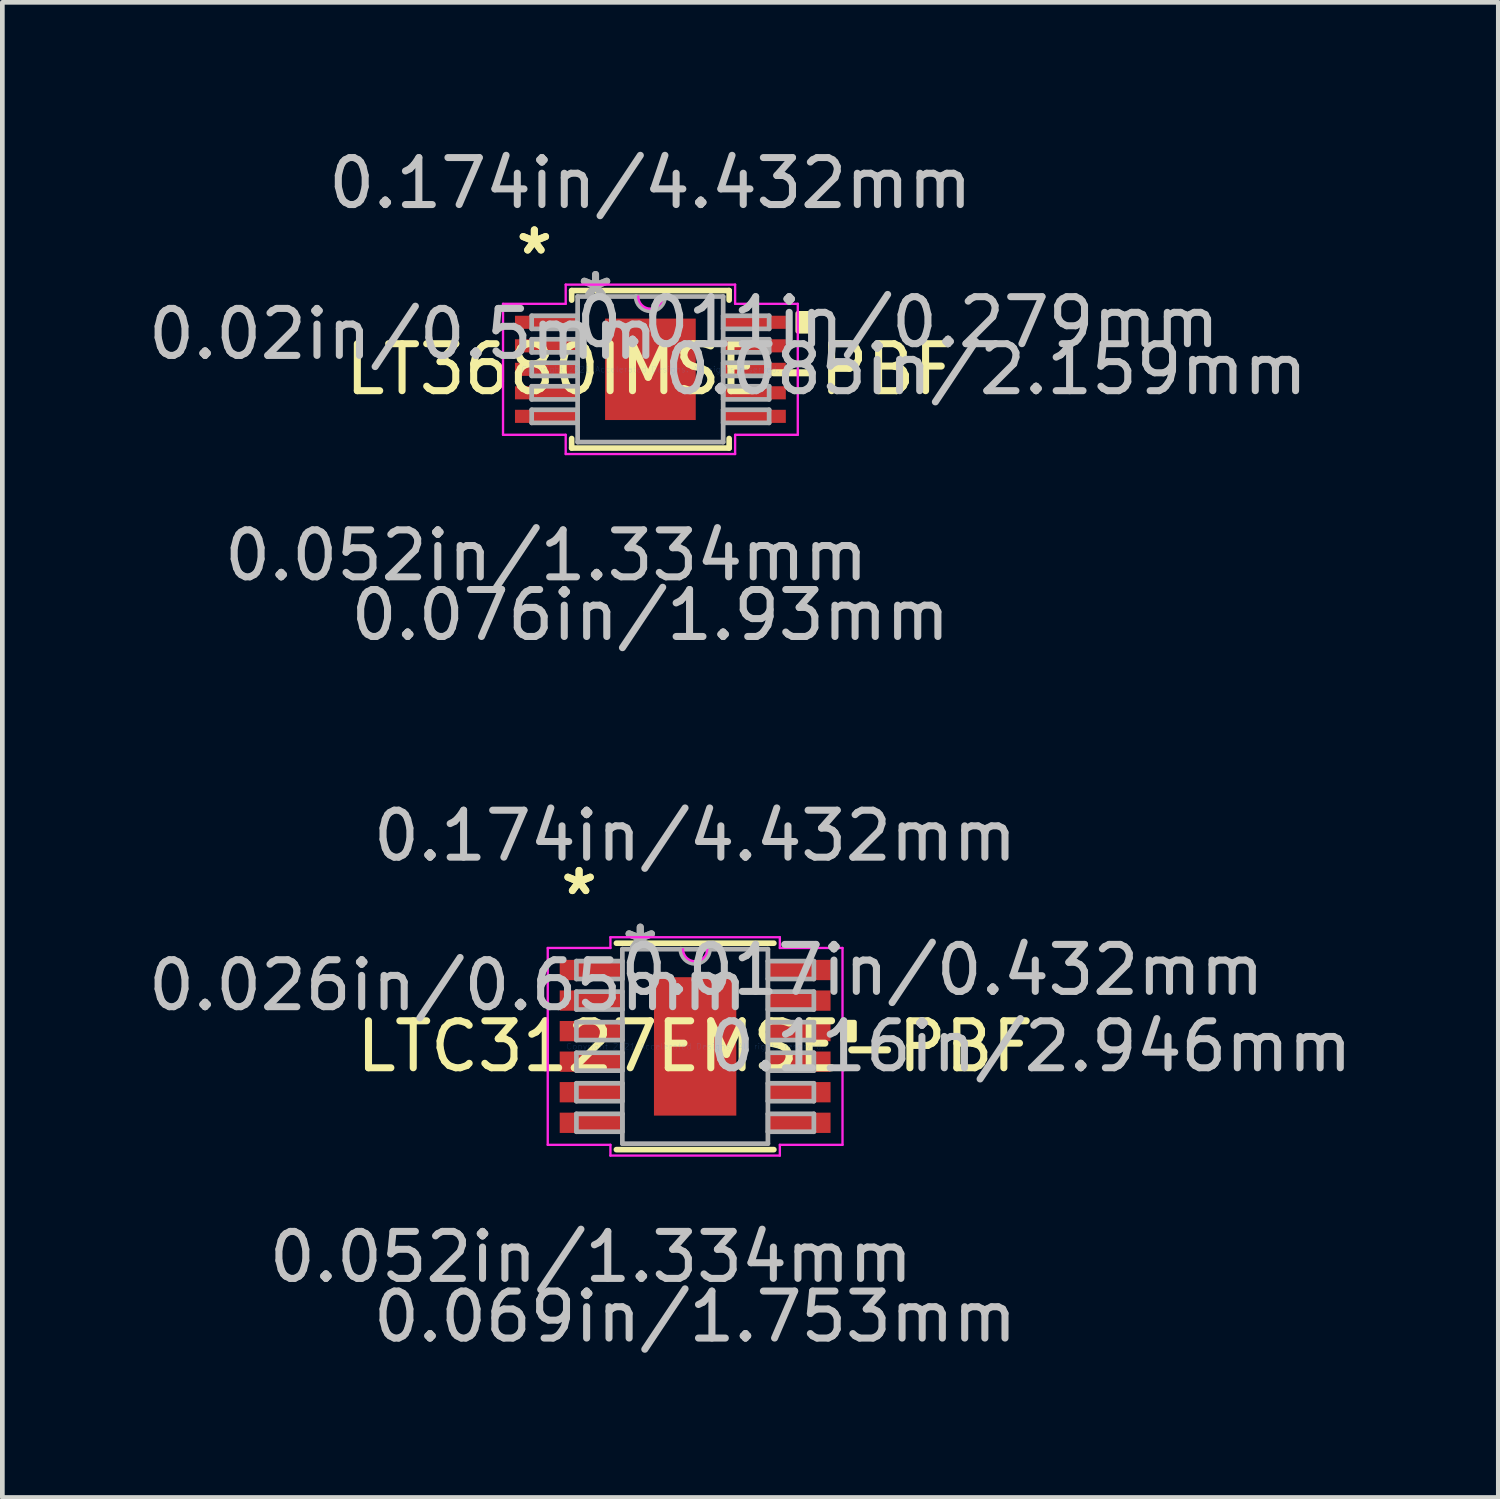
<source format=kicad_pcb>
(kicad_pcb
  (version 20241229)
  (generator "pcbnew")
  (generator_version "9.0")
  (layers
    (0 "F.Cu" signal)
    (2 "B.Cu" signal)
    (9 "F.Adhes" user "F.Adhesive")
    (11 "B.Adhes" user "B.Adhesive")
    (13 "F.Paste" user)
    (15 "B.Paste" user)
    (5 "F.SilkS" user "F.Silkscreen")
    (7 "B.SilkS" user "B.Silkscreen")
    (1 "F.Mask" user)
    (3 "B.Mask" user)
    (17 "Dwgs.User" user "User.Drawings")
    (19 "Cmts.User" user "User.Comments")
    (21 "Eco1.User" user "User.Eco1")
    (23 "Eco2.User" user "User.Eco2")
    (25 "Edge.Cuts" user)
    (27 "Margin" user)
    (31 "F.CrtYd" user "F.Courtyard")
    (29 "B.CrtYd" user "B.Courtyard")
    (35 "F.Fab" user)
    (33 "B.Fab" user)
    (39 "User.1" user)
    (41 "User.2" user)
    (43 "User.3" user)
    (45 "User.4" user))
  (footprint "LTC3127EMSE-PBF"
    (layer "F.Cu")
    (at 11.746 19.223)
    (property "Reference" "LTC3127EMSE-PBF" (at 0 0 0) (layer "F.SilkS") (effects (font (size 1 1) (thickness 0.15))))
    (attr through_hole)
    (fp_line (start -1.676 2.197) (end 1.676 2.197) (stroke (width 0.12) (type solid)) (layer "F.SilkS"))
    (fp_line (start 1.676 -2.197) (end -1.676 -2.197) (stroke (width 0.12) (type solid)) (layer "F.SilkS"))
    (fp_poly (pts (xy 3.391 -0.516) (xy 3.391 -0.135) (xy 3.137 -0.135) (xy 3.137 -0.516)) (stroke (width 0.1) (type solid)) (fill yes) (layer "F.SilkS"))
    (fp_poly (pts (xy -0.776 -1.373) (xy -0.776 -0.1) (xy 0.776 -0.1) (xy 0.776 -1.373)) (stroke (width 0.1) (type solid)) (fill yes) (layer "F.Paste"))
    (fp_poly (pts (xy -0.776 0.1) (xy -0.776 1.373) (xy 0.776 1.373) (xy 0.776 0.1)) (stroke (width 0.1) (type solid)) (fill yes) (layer "F.Paste"))
    (fp_line (start -3.137 -2.095) (end -1.803 -2.095) (stroke (width 0.05) (type solid)) (layer "F.CrtYd"))
    (fp_line (start -3.137 2.095) (end -3.137 -2.095) (stroke (width 0.05) (type solid)) (layer "F.CrtYd"))
    (fp_line (start -1.803 -2.324) (end 1.803 -2.324) (stroke (width 0.05) (type solid)) (layer "F.CrtYd"))
    (fp_line (start -1.803 -2.095) (end -1.803 -2.324) (stroke (width 0.05) (type solid)) (layer "F.CrtYd"))
    (fp_line (start -1.803 2.095) (end -3.137 2.095) (stroke (width 0.05) (type solid)) (layer "F.CrtYd"))
    (fp_line (start -1.803 2.324) (end -1.803 2.095) (stroke (width 0.05) (type solid)) (layer "F.CrtYd"))
    (fp_line (start 1.803 -2.324) (end 1.803 -2.095) (stroke (width 0.05) (type solid)) (layer "F.CrtYd"))
    (fp_line (start 1.803 -2.095) (end 3.137 -2.095) (stroke (width 0.05) (type solid)) (layer "F.CrtYd"))
    (fp_line (start 1.803 2.095) (end 1.803 2.324) (stroke (width 0.05) (type solid)) (layer "F.CrtYd"))
    (fp_line (start 1.803 2.324) (end -1.803 2.324) (stroke (width 0.05) (type solid)) (layer "F.CrtYd"))
    (fp_line (start 3.137 -2.095) (end 3.137 2.095) (stroke (width 0.05) (type solid)) (layer "F.CrtYd"))
    (fp_line (start 3.137 2.095) (end 1.803 2.095) (stroke (width 0.05) (type solid)) (layer "F.CrtYd"))
    (fp_arc (start 0.258233 -2.0701) (mid 0 -1.811867) (end -0.258233 -2.0701) (stroke (width 0.05) (type solid)) (layer "F.CrtYd"))
    (fp_line (start -2.527 -1.816) (end -2.527 -1.435) (stroke (width 0.1) (type solid)) (layer "F.Fab"))
    (fp_line (start -2.527 -1.435) (end -1.549 -1.435) (stroke (width 0.1) (type solid)) (layer "F.Fab"))
    (fp_line (start -2.527 -1.166) (end -2.527 -0.785) (stroke (width 0.1) (type solid)) (layer "F.Fab"))
    (fp_line (start -2.527 -0.785) (end -1.549 -0.785) (stroke (width 0.1) (type solid)) (layer "F.Fab"))
    (fp_line (start -2.527 -0.516) (end -2.527 -0.135) (stroke (width 0.1) (type solid)) (layer "F.Fab"))
    (fp_line (start -2.527 -0.135) (end -1.549 -0.135) (stroke (width 0.1) (type solid)) (layer "F.Fab"))
    (fp_line (start -2.527 0.135) (end -2.527 0.516) (stroke (width 0.1) (type solid)) (layer "F.Fab"))
    (fp_line (start -2.527 0.516) (end -1.549 0.516) (stroke (width 0.1) (type solid)) (layer "F.Fab"))
    (fp_line (start -2.527 0.785) (end -2.527 1.166) (stroke (width 0.1) (type solid)) (layer "F.Fab"))
    (fp_line (start -2.527 1.166) (end -1.549 1.166) (stroke (width 0.1) (type solid)) (layer "F.Fab"))
    (fp_line (start -2.527 1.435) (end -2.527 1.816) (stroke (width 0.1) (type solid)) (layer "F.Fab"))
    (fp_line (start -2.527 1.816) (end -1.549 1.816) (stroke (width 0.1) (type solid)) (layer "F.Fab"))
    (fp_line (start -1.549 -2.07) (end -1.549 2.07) (stroke (width 0.1) (type solid)) (layer "F.Fab"))
    (fp_line (start -1.549 -1.816) (end -2.527 -1.816) (stroke (width 0.1) (type solid)) (layer "F.Fab"))
    (fp_line (start -1.549 -1.435) (end -1.549 -1.816) (stroke (width 0.1) (type solid)) (layer "F.Fab"))
    (fp_line (start -1.549 -1.166) (end -2.527 -1.166) (stroke (width 0.1) (type solid)) (layer "F.Fab"))
    (fp_line (start -1.549 -0.785) (end -1.549 -1.166) (stroke (width 0.1) (type solid)) (layer "F.Fab"))
    (fp_line (start -1.549 -0.516) (end -2.527 -0.516) (stroke (width 0.1) (type solid)) (layer "F.Fab"))
    (fp_line (start -1.549 -0.135) (end -1.549 -0.516) (stroke (width 0.1) (type solid)) (layer "F.Fab"))
    (fp_line (start -1.549 0.135) (end -2.527 0.135) (stroke (width 0.1) (type solid)) (layer "F.Fab"))
    (fp_line (start -1.549 0.516) (end -1.549 0.135) (stroke (width 0.1) (type solid)) (layer "F.Fab"))
    (fp_line (start -1.549 0.785) (end -2.527 0.785) (stroke (width 0.1) (type solid)) (layer "F.Fab"))
    (fp_line (start -1.549 1.166) (end -1.549 0.785) (stroke (width 0.1) (type solid)) (layer "F.Fab"))
    (fp_line (start -1.549 1.435) (end -2.527 1.435) (stroke (width 0.1) (type solid)) (layer "F.Fab"))
    (fp_line (start -1.549 1.816) (end -1.549 1.435) (stroke (width 0.1) (type solid)) (layer "F.Fab"))
    (fp_line (start -1.549 2.07) (end 1.549 2.07) (stroke (width 0.1) (type solid)) (layer "F.Fab"))
    (fp_line (start 1.549 -2.07) (end -1.549 -2.07) (stroke (width 0.1) (type solid)) (layer "F.Fab"))
    (fp_line (start 1.549 -1.816) (end 1.549 -1.435) (stroke (width 0.1) (type solid)) (layer "F.Fab"))
    (fp_line (start 1.549 -1.435) (end 2.527 -1.435) (stroke (width 0.1) (type solid)) (layer "F.Fab"))
    (fp_line (start 1.549 -1.166) (end 1.549 -0.785) (stroke (width 0.1) (type solid)) (layer "F.Fab"))
    (fp_line (start 1.549 -0.785) (end 2.527 -0.785) (stroke (width 0.1) (type solid)) (layer "F.Fab"))
    (fp_line (start 1.549 -0.516) (end 1.549 -0.135) (stroke (width 0.1) (type solid)) (layer "F.Fab"))
    (fp_line (start 1.549 -0.135) (end 2.527 -0.135) (stroke (width 0.1) (type solid)) (layer "F.Fab"))
    (fp_line (start 1.549 0.135) (end 1.549 0.516) (stroke (width 0.1) (type solid)) (layer "F.Fab"))
    (fp_line (start 1.549 0.516) (end 2.527 0.516) (stroke (width 0.1) (type solid)) (layer "F.Fab"))
    (fp_line (start 1.549 0.785) (end 1.549 1.166) (stroke (width 0.1) (type solid)) (layer "F.Fab"))
    (fp_line (start 1.549 1.166) (end 2.527 1.166) (stroke (width 0.1) (type solid)) (layer "F.Fab"))
    (fp_line (start 1.549 1.435) (end 1.549 1.816) (stroke (width 0.1) (type solid)) (layer "F.Fab"))
    (fp_line (start 1.549 1.816) (end 2.527 1.816) (stroke (width 0.1) (type solid)) (layer "F.Fab"))
    (fp_line (start 1.549 2.07) (end 1.549 -2.07) (stroke (width 0.1) (type solid)) (layer "F.Fab"))
    (fp_line (start 2.527 -1.816) (end 1.549 -1.816) (stroke (width 0.1) (type solid)) (layer "F.Fab"))
    (fp_line (start 2.527 -1.435) (end 2.527 -1.816) (stroke (width 0.1) (type solid)) (layer "F.Fab"))
    (fp_line (start 2.527 -1.166) (end 1.549 -1.166) (stroke (width 0.1) (type solid)) (layer "F.Fab"))
    (fp_line (start 2.527 -0.785) (end 2.527 -1.166) (stroke (width 0.1) (type solid)) (layer "F.Fab"))
    (fp_line (start 2.527 -0.516) (end 1.549 -0.516) (stroke (width 0.1) (type solid)) (layer "F.Fab"))
    (fp_line (start 2.527 -0.135) (end 2.527 -0.516) (stroke (width 0.1) (type solid)) (layer "F.Fab"))
    (fp_line (start 2.527 0.135) (end 1.549 0.135) (stroke (width 0.1) (type solid)) (layer "F.Fab"))
    (fp_line (start 2.527 0.516) (end 2.527 0.135) (stroke (width 0.1) (type solid)) (layer "F.Fab"))
    (fp_line (start 2.527 0.785) (end 1.549 0.785) (stroke (width 0.1) (type solid)) (layer "F.Fab"))
    (fp_line (start 2.527 1.166) (end 2.527 0.785) (stroke (width 0.1) (type solid)) (layer "F.Fab"))
    (fp_line (start 2.527 1.435) (end 1.549 1.435) (stroke (width 0.1) (type solid)) (layer "F.Fab"))
    (fp_line (start 2.527 1.816) (end 2.527 1.435) (stroke (width 0.1) (type solid)) (layer "F.Fab"))
    (fp_arc (start 0.3048 -2.0701) (mid 0 -1.7653) (end -0.3048 -2.0701) (stroke (width 0.1) (type solid)) (layer "F.Fab"))
    (fp_text user "*" (at -2.47 -3.2 0) (layer "F.SilkS") (effects (font (size 1 1) (thickness 0.15))))
    (fp_text user "*" (at -2.47 -3.2 0) (layer "F.SilkS") (effects (font (size 1 1) (thickness 0.15))))
    (fp_text user "0.174in/4.432mm" (at 0 -4.483 0) (layer "Dwgs.User") (effects (font (size 1 1) (thickness 0.15))))
    (fp_text user "0.116in/2.946mm" (at 7.137 0 0) (layer "Dwgs.User") (effects (font (size 1 1) (thickness 0.15))))
    (fp_text user "0.026in/0.65mm" (at -5.264 -1.3 0) (layer "Dwgs.User") (effects (font (size 1 1) (thickness 0.15))))
    (fp_text user "0.017in/0.432mm" (at 5.264 -1.626 0) (layer "Dwgs.User") (effects (font (size 1 1) (thickness 0.15))))
    (fp_text user "0.052in/1.334mm" (at -2.216 4.483 0) (layer "Dwgs.User") (effects (font (size 1 1) (thickness 0.15))))
    (fp_text user "0.069in/1.753mm" (at 0 5.753 0) (layer "Dwgs.User") (effects (font (size 1 1) (thickness 0.15))))
    (fp_text user "Copyright 2021 Accelerated Designs. All rights reserved." (at 0 0 0) (layer "Cmts.User") (effects (font (size 0.127 0.127) (thickness 0.002))))
    (fp_text user "*" (at -1.168 -1.994 0) (layer "F.Fab") (effects (font (size 1 1) (thickness 0.15))))
    (fp_text user "*" (at -1.168 -1.994 0) (layer "F.Fab") (effects (font (size 1 1) (thickness 0.15))))
    (pad "1" smd rect (at -2.216 -1.626) (size 1.333 0.432) (layers "F.Cu" "F.Mask" "F.Paste"))
    (pad "2" smd rect (at -2.216 -0.975) (size 1.333 0.432) (layers "F.Cu" "F.Mask" "F.Paste"))
    (pad "3" smd rect (at -2.216 -0.325) (size 1.333 0.432) (layers "F.Cu" "F.Mask" "F.Paste"))
    (pad "4" smd rect (at -2.216 0.325) (size 1.333 0.432) (layers "F.Cu" "F.Mask" "F.Paste"))
    (pad "5" smd rect (at -2.216 0.975) (size 1.333 0.432) (layers "F.Cu" "F.Mask" "F.Paste"))
    (pad "6" smd rect (at -2.216 1.626) (size 1.333 0.432) (layers "F.Cu" "F.Mask" "F.Paste"))
    (pad "7" smd rect (at 2.216 1.626) (size 1.333 0.432) (layers "F.Cu" "F.Mask" "F.Paste"))
    (pad "8" smd rect (at 2.216 0.975) (size 1.333 0.432) (layers "F.Cu" "F.Mask" "F.Paste"))
    (pad "9" smd rect (at 2.216 0.325) (size 1.333 0.432) (layers "F.Cu" "F.Mask" "F.Paste"))
    (pad "10" smd rect (at 2.216 -0.325) (size 1.333 0.432) (layers "F.Cu" "F.Mask" "F.Paste"))
    (pad "11" smd rect (at 2.216 -0.975) (size 1.333 0.432) (layers "F.Cu" "F.Mask" "F.Paste"))
    (pad "12" smd rect (at 2.216 -1.626) (size 1.333 0.432) (layers "F.Cu" "F.Mask" "F.Paste"))
    (pad "EPAD" smd rect (at 0 0) (size 1.753 2.946) (layers "F.Cu" "F.Mask" "F.Paste")))
  (footprint "LT3680IMSE-PBF"
    (layer "F.Cu")
    (at 10.794 4.811)
    (property "Reference" "LT3680IMSE-PBF" (at 0 0 0) (layer "F.SilkS") (effects (font (size 1 1) (thickness 0.15))))
    (attr through_hole)
    (fp_line (start -1.676 -1.676) (end -1.676 -1.473) (stroke (width 0.12) (type solid)) (layer "F.SilkS"))
    (fp_line (start -1.676 1.473) (end -1.676 1.676) (stroke (width 0.12) (type solid)) (layer "F.SilkS"))
    (fp_line (start -1.676 1.676) (end 1.676 1.676) (stroke (width 0.12) (type solid)) (layer "F.SilkS"))
    (fp_line (start 1.676 -1.676) (end -1.676 -1.676) (stroke (width 0.12) (type solid)) (layer "F.SilkS"))
    (fp_line (start 1.676 -1.473) (end 1.676 -1.676) (stroke (width 0.12) (type solid)) (layer "F.SilkS"))
    (fp_line (start 1.676 1.676) (end 1.676 1.473) (stroke (width 0.12) (type solid)) (layer "F.SilkS"))
    (fp_poly (pts (xy 3.391 -1.191) (xy 3.391 -0.81) (xy 3.137 -0.81) (xy 3.137 -1.191)) (stroke (width 0.1) (type solid)) (fill yes) (layer "F.SilkS"))
    (fp_line (start -3.137 -1.394) (end -1.803 -1.394) (stroke (width 0.05) (type solid)) (layer "F.CrtYd"))
    (fp_line (start -3.137 1.394) (end -3.137 -1.394) (stroke (width 0.05) (type solid)) (layer "F.CrtYd"))
    (fp_line (start -1.803 -1.803) (end 1.803 -1.803) (stroke (width 0.05) (type solid)) (layer "F.CrtYd"))
    (fp_line (start -1.803 -1.394) (end -1.803 -1.803) (stroke (width 0.05) (type solid)) (layer "F.CrtYd"))
    (fp_line (start -1.803 1.394) (end -3.137 1.394) (stroke (width 0.05) (type solid)) (layer "F.CrtYd"))
    (fp_line (start -1.803 1.803) (end -1.803 1.394) (stroke (width 0.05) (type solid)) (layer "F.CrtYd"))
    (fp_line (start 1.803 -1.803) (end 1.803 -1.394) (stroke (width 0.05) (type solid)) (layer "F.CrtYd"))
    (fp_line (start 1.803 -1.394) (end 3.137 -1.394) (stroke (width 0.05) (type solid)) (layer "F.CrtYd"))
    (fp_line (start 1.803 1.394) (end 1.803 1.803) (stroke (width 0.05) (type solid)) (layer "F.CrtYd"))
    (fp_line (start 1.803 1.803) (end -1.803 1.803) (stroke (width 0.05) (type solid)) (layer "F.CrtYd"))
    (fp_line (start 3.137 -1.394) (end 3.137 1.394) (stroke (width 0.05) (type solid)) (layer "F.CrtYd"))
    (fp_line (start 3.137 1.394) (end 1.803 1.394) (stroke (width 0.05) (type solid)) (layer "F.CrtYd"))
    (fp_arc (start 0.258233 -1.5494) (mid 0 -1.291167) (end -0.258233 -1.5494) (stroke (width 0.05) (type solid)) (layer "F.CrtYd"))
    (fp_line (start -2.527 -1.14) (end -2.527 -0.861) (stroke (width 0.1) (type solid)) (layer "F.Fab"))
    (fp_line (start -2.527 -0.861) (end -1.549 -0.861) (stroke (width 0.1) (type solid)) (layer "F.Fab"))
    (fp_line (start -2.527 -0.64) (end -2.527 -0.361) (stroke (width 0.1) (type solid)) (layer "F.Fab"))
    (fp_line (start -2.527 -0.361) (end -1.549 -0.361) (stroke (width 0.1) (type solid)) (layer "F.Fab"))
    (fp_line (start -2.527 -0.14) (end -2.527 0.14) (stroke (width 0.1) (type solid)) (layer "F.Fab"))
    (fp_line (start -2.527 0.14) (end -1.549 0.14) (stroke (width 0.1) (type solid)) (layer "F.Fab"))
    (fp_line (start -2.527 0.361) (end -2.527 0.64) (stroke (width 0.1) (type solid)) (layer "F.Fab"))
    (fp_line (start -2.527 0.64) (end -1.549 0.64) (stroke (width 0.1) (type solid)) (layer "F.Fab"))
    (fp_line (start -2.527 0.861) (end -2.527 1.14) (stroke (width 0.1) (type solid)) (layer "F.Fab"))
    (fp_line (start -2.527 1.14) (end -1.549 1.14) (stroke (width 0.1) (type solid)) (layer "F.Fab"))
    (fp_line (start -1.549 -1.549) (end -1.549 1.549) (stroke (width 0.1) (type solid)) (layer "F.Fab"))
    (fp_line (start -1.549 -1.14) (end -2.527 -1.14) (stroke (width 0.1) (type solid)) (layer "F.Fab"))
    (fp_line (start -1.549 -0.861) (end -1.549 -1.14) (stroke (width 0.1) (type solid)) (layer "F.Fab"))
    (fp_line (start -1.549 -0.64) (end -2.527 -0.64) (stroke (width 0.1) (type solid)) (layer "F.Fab"))
    (fp_line (start -1.549 -0.361) (end -1.549 -0.64) (stroke (width 0.1) (type solid)) (layer "F.Fab"))
    (fp_line (start -1.549 -0.14) (end -2.527 -0.14) (stroke (width 0.1) (type solid)) (layer "F.Fab"))
    (fp_line (start -1.549 0.14) (end -1.549 -0.14) (stroke (width 0.1) (type solid)) (layer "F.Fab"))
    (fp_line (start -1.549 0.361) (end -2.527 0.361) (stroke (width 0.1) (type solid)) (layer "F.Fab"))
    (fp_line (start -1.549 0.64) (end -1.549 0.361) (stroke (width 0.1) (type solid)) (layer "F.Fab"))
    (fp_line (start -1.549 0.861) (end -2.527 0.861) (stroke (width 0.1) (type solid)) (layer "F.Fab"))
    (fp_line (start -1.549 1.14) (end -1.549 0.861) (stroke (width 0.1) (type solid)) (layer "F.Fab"))
    (fp_line (start -1.549 1.549) (end 1.549 1.549) (stroke (width 0.1) (type solid)) (layer "F.Fab"))
    (fp_line (start 1.549 -1.549) (end -1.549 -1.549) (stroke (width 0.1) (type solid)) (layer "F.Fab"))
    (fp_line (start 1.549 -1.14) (end 1.549 -0.861) (stroke (width 0.1) (type solid)) (layer "F.Fab"))
    (fp_line (start 1.549 -0.861) (end 2.527 -0.861) (stroke (width 0.1) (type solid)) (layer "F.Fab"))
    (fp_line (start 1.549 -0.64) (end 1.549 -0.361) (stroke (width 0.1) (type solid)) (layer "F.Fab"))
    (fp_line (start 1.549 -0.361) (end 2.527 -0.361) (stroke (width 0.1) (type solid)) (layer "F.Fab"))
    (fp_line (start 1.549 -0.14) (end 1.549 0.14) (stroke (width 0.1) (type solid)) (layer "F.Fab"))
    (fp_line (start 1.549 0.14) (end 2.527 0.14) (stroke (width 0.1) (type solid)) (layer "F.Fab"))
    (fp_line (start 1.549 0.361) (end 1.549 0.64) (stroke (width 0.1) (type solid)) (layer "F.Fab"))
    (fp_line (start 1.549 0.64) (end 2.527 0.64) (stroke (width 0.1) (type solid)) (layer "F.Fab"))
    (fp_line (start 1.549 0.861) (end 1.549 1.14) (stroke (width 0.1) (type solid)) (layer "F.Fab"))
    (fp_line (start 1.549 1.14) (end 2.527 1.14) (stroke (width 0.1) (type solid)) (layer "F.Fab"))
    (fp_line (start 1.549 1.549) (end 1.549 -1.549) (stroke (width 0.1) (type solid)) (layer "F.Fab"))
    (fp_line (start 2.527 -1.14) (end 1.549 -1.14) (stroke (width 0.1) (type solid)) (layer "F.Fab"))
    (fp_line (start 2.527 -0.861) (end 2.527 -1.14) (stroke (width 0.1) (type solid)) (layer "F.Fab"))
    (fp_line (start 2.527 -0.64) (end 1.549 -0.64) (stroke (width 0.1) (type solid)) (layer "F.Fab"))
    (fp_line (start 2.527 -0.361) (end 2.527 -0.64) (stroke (width 0.1) (type solid)) (layer "F.Fab"))
    (fp_line (start 2.527 -0.14) (end 1.549 -0.14) (stroke (width 0.1) (type solid)) (layer "F.Fab"))
    (fp_line (start 2.527 0.14) (end 2.527 -0.14) (stroke (width 0.1) (type solid)) (layer "F.Fab"))
    (fp_line (start 2.527 0.361) (end 1.549 0.361) (stroke (width 0.1) (type solid)) (layer "F.Fab"))
    (fp_line (start 2.527 0.64) (end 2.527 0.361) (stroke (width 0.1) (type solid)) (layer "F.Fab"))
    (fp_line (start 2.527 0.861) (end 1.549 0.861) (stroke (width 0.1) (type solid)) (layer "F.Fab"))
    (fp_line (start 2.527 1.14) (end 2.527 0.861) (stroke (width 0.1) (type solid)) (layer "F.Fab"))
    (fp_arc (start 0.3048 -1.5494) (mid 0 -1.2446) (end -0.3048 -1.5494) (stroke (width 0.1) (type solid)) (layer "F.Fab"))
    (fp_text user "*" (at -2.47 -2.423 0) (layer "F.SilkS") (effects (font (size 1 1) (thickness 0.15))))
    (fp_text user "*" (at -2.47 -2.423 0) (layer "F.SilkS") (effects (font (size 1 1) (thickness 0.15))))
    (fp_text user "0.174in/4.432mm" (at 0 -3.962 0) (layer "Dwgs.User") (effects (font (size 1 1) (thickness 0.15))))
    (fp_text user "0.085in/2.159mm" (at 7.137 0 0) (layer "Dwgs.User") (effects (font (size 1 1) (thickness 0.15))))
    (fp_text user "0.052in/1.334mm" (at -2.216 3.962 0) (layer "Dwgs.User") (effects (font (size 1 1) (thickness 0.15))))
    (fp_text user "0.076in/1.93mm" (at 0 5.232 0) (layer "Dwgs.User") (effects (font (size 1 1) (thickness 0.15))))
    (fp_text user "0.02in/0.5mm" (at -5.264 -0.751 0) (layer "Dwgs.User") (effects (font (size 1 1) (thickness 0.15))))
    (fp_text user "0.011in/0.279mm" (at 5.264 -1.001 0) (layer "Dwgs.User") (effects (font (size 1 1) (thickness 0.15))))
    (fp_text user "Copyright 2021 Accelerated Designs. All rights reserved." (at 0 0 0) (layer "Cmts.User") (effects (font (size 0.127 0.127) (thickness 0.002))))
    (fp_text user "*" (at -1.168 -1.473 0) (layer "F.Fab") (effects (font (size 1 1) (thickness 0.15))))
    (fp_text user "*" (at -1.168 -1.473 0) (layer "F.Fab") (effects (font (size 1 1) (thickness 0.15))))
    (pad "1" smd rect (at -2.216 -1.001) (size 1.333 0.279) (layers "F.Cu" "F.Mask" "F.Paste"))
    (pad "2" smd rect (at -2.216 -0.5) (size 1.333 0.279) (layers "F.Cu" "F.Mask" "F.Paste"))
    (pad "3" smd rect (at -2.216 0) (size 1.333 0.279) (layers "F.Cu" "F.Mask" "F.Paste"))
    (pad "4" smd rect (at -2.216 0.5) (size 1.333 0.279) (layers "F.Cu" "F.Mask" "F.Paste"))
    (pad "5" smd rect (at -2.216 1.001) (size 1.333 0.279) (layers "F.Cu" "F.Mask" "F.Paste"))
    (pad "6" smd rect (at 2.216 1.001) (size 1.333 0.279) (layers "F.Cu" "F.Mask" "F.Paste"))
    (pad "7" smd rect (at 2.216 0.5) (size 1.333 0.279) (layers "F.Cu" "F.Mask" "F.Paste"))
    (pad "8" smd rect (at 2.216 0) (size 1.333 0.279) (layers "F.Cu" "F.Mask" "F.Paste"))
    (pad "9" smd rect (at 2.216 -0.5) (size 1.333 0.279) (layers "F.Cu" "F.Mask" "F.Paste"))
    (pad "10" smd rect (at 2.216 -1.001) (size 1.333 0.279) (layers "F.Cu" "F.Mask" "F.Paste"))
    (pad "EPAD" smd rect (at 0 0) (size 1.93 2.159) (layers "F.Cu" "F.Mask" "F.Paste")))
  (gr_rect
    (start -3 -3)
    (end 28.842 28.824)
    (stroke (width 0.1) (type default))
    (fill no)
    (layer "Edge.Cuts")))
</source>
